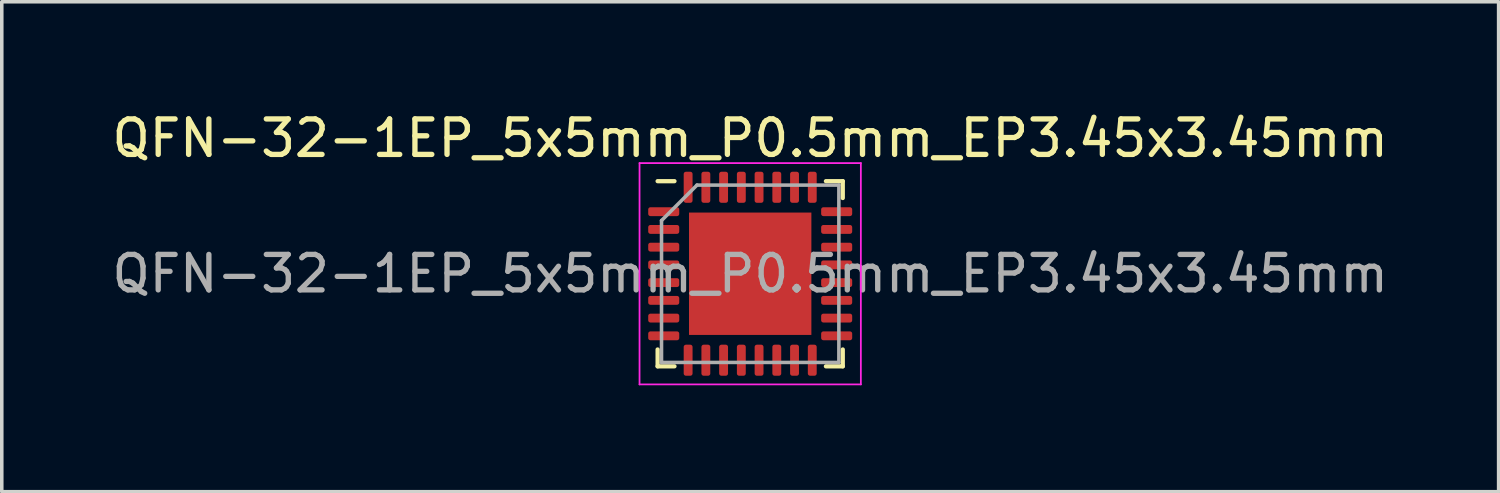
<source format=kicad_pcb>
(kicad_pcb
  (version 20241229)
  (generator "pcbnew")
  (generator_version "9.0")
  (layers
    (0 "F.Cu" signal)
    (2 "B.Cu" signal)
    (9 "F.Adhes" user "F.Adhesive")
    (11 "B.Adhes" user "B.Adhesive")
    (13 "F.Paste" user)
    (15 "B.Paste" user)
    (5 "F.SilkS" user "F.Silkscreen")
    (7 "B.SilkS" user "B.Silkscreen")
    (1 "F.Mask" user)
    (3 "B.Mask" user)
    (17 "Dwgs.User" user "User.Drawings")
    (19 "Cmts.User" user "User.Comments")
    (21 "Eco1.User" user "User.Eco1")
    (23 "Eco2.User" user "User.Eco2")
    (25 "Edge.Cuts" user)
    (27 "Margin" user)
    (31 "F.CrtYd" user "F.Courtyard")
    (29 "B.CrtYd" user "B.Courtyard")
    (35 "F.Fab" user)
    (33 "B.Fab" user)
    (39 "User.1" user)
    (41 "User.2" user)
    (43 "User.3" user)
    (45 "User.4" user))
  (footprint "QFN-32-1EP_5x5mm_P0.5mm_EP3.45x3.45mm"
    (layer "F.Cu")
    (at 18.101 4.668)
    (property "Reference" "QFN-32-1EP_5x5mm_P0.5mm_EP3.45x3.45mm" (at 0 -3.82 0) (layer "F.SilkS") (effects (font (size 1 1) (thickness 0.15))))
    (attr smd)
    (fp_line (start -2.61 2.61) (end -2.61 2.135) (stroke (width 0.12) (type solid)) (layer "F.SilkS"))
    (fp_line (start -2.135 -2.61) (end -2.61 -2.61) (stroke (width 0.12) (type solid)) (layer "F.SilkS"))
    (fp_line (start -2.135 2.61) (end -2.61 2.61) (stroke (width 0.12) (type solid)) (layer "F.SilkS"))
    (fp_line (start 2.135 -2.61) (end 2.61 -2.61) (stroke (width 0.12) (type solid)) (layer "F.SilkS"))
    (fp_line (start 2.135 2.61) (end 2.61 2.61) (stroke (width 0.12) (type solid)) (layer "F.SilkS"))
    (fp_line (start 2.61 -2.61) (end 2.61 -2.135) (stroke (width 0.12) (type solid)) (layer "F.SilkS"))
    (fp_line (start 2.61 2.61) (end 2.61 2.135) (stroke (width 0.12) (type solid)) (layer "F.SilkS"))
    (fp_line (start -3.12 -3.12) (end -3.12 3.12) (stroke (width 0.05) (type solid)) (layer "F.CrtYd"))
    (fp_line (start -3.12 3.12) (end 3.12 3.12) (stroke (width 0.05) (type solid)) (layer "F.CrtYd"))
    (fp_line (start 3.12 -3.12) (end -3.12 -3.12) (stroke (width 0.05) (type solid)) (layer "F.CrtYd"))
    (fp_line (start 3.12 3.12) (end 3.12 -3.12) (stroke (width 0.05) (type solid)) (layer "F.CrtYd"))
    (fp_line (start -2.5 -1.5) (end -1.5 -2.5) (stroke (width 0.1) (type solid)) (layer "F.Fab"))
    (fp_line (start -2.5 2.5) (end -2.5 -1.5) (stroke (width 0.1) (type solid)) (layer "F.Fab"))
    (fp_line (start -1.5 -2.5) (end 2.5 -2.5) (stroke (width 0.1) (type solid)) (layer "F.Fab"))
    (fp_line (start 2.5 -2.5) (end 2.5 2.5) (stroke (width 0.1) (type solid)) (layer "F.Fab"))
    (fp_line (start 2.5 2.5) (end -2.5 2.5) (stroke (width 0.1) (type solid)) (layer "F.Fab"))
    (fp_text user "${REFERENCE}" (at 0 0 0) (layer "F.Fab") (effects (font (size 1 1) (thickness 0.15))))
    (pad "" smd roundrect (at -1.15 -1.15) (size 0.93 0.93) (layers "F.Paste") (roundrect_rratio 0.25))
    (pad "" smd roundrect (at -1.15 0) (size 0.93 0.93) (layers "F.Paste") (roundrect_rratio 0.25))
    (pad "" smd roundrect (at -1.15 1.15) (size 0.93 0.93) (layers "F.Paste") (roundrect_rratio 0.25))
    (pad "" smd roundrect (at 0 -1.15) (size 0.93 0.93) (layers "F.Paste") (roundrect_rratio 0.25))
    (pad "" smd roundrect (at 0 0) (size 0.93 0.93) (layers "F.Paste") (roundrect_rratio 0.25))
    (pad "" smd roundrect (at 0 1.15) (size 0.93 0.93) (layers "F.Paste") (roundrect_rratio 0.25))
    (pad "" smd roundrect (at 1.15 -1.15) (size 0.93 0.93) (layers "F.Paste") (roundrect_rratio 0.25))
    (pad "" smd roundrect (at 1.15 0) (size 0.93 0.93) (layers "F.Paste") (roundrect_rratio 0.25))
    (pad "" smd roundrect (at 1.15 1.15) (size 0.93 0.93) (layers "F.Paste") (roundrect_rratio 0.25))
    (pad "1" smd roundrect (at -2.438 -1.75) (size 0.875 0.25) (layers "F.Cu" "F.Mask" "F.Paste") (roundrect_rratio 0.25))
    (pad "2" smd roundrect (at -2.438 -1.25) (size 0.875 0.25) (layers "F.Cu" "F.Mask" "F.Paste") (roundrect_rratio 0.25))
    (pad "3" smd roundrect (at -2.438 -0.75) (size 0.875 0.25) (layers "F.Cu" "F.Mask" "F.Paste") (roundrect_rratio 0.25))
    (pad "4" smd roundrect (at -2.438 -0.25) (size 0.875 0.25) (layers "F.Cu" "F.Mask" "F.Paste") (roundrect_rratio 0.25))
    (pad "5" smd roundrect (at -2.438 0.25) (size 0.875 0.25) (layers "F.Cu" "F.Mask" "F.Paste") (roundrect_rratio 0.25))
    (pad "6" smd roundrect (at -2.438 0.75) (size 0.875 0.25) (layers "F.Cu" "F.Mask" "F.Paste") (roundrect_rratio 0.25))
    (pad "7" smd roundrect (at -2.438 1.25) (size 0.875 0.25) (layers "F.Cu" "F.Mask" "F.Paste") (roundrect_rratio 0.25))
    (pad "8" smd roundrect (at -2.438 1.75) (size 0.875 0.25) (layers "F.Cu" "F.Mask" "F.Paste") (roundrect_rratio 0.25))
    (pad "9" smd roundrect (at -1.75 2.438) (size 0.25 0.875) (layers "F.Cu" "F.Mask" "F.Paste") (roundrect_rratio 0.25))
    (pad "10" smd roundrect (at -1.25 2.438) (size 0.25 0.875) (layers "F.Cu" "F.Mask" "F.Paste") (roundrect_rratio 0.25))
    (pad "11" smd roundrect (at -0.75 2.438) (size 0.25 0.875) (layers "F.Cu" "F.Mask" "F.Paste") (roundrect_rratio 0.25))
    (pad "12" smd roundrect (at -0.25 2.438) (size 0.25 0.875) (layers "F.Cu" "F.Mask" "F.Paste") (roundrect_rratio 0.25))
    (pad "13" smd roundrect (at 0.25 2.438) (size 0.25 0.875) (layers "F.Cu" "F.Mask" "F.Paste") (roundrect_rratio 0.25))
    (pad "14" smd roundrect (at 0.75 2.438) (size 0.25 0.875) (layers "F.Cu" "F.Mask" "F.Paste") (roundrect_rratio 0.25))
    (pad "15" smd roundrect (at 1.25 2.438) (size 0.25 0.875) (layers "F.Cu" "F.Mask" "F.Paste") (roundrect_rratio 0.25))
    (pad "16" smd roundrect (at 1.75 2.438) (size 0.25 0.875) (layers "F.Cu" "F.Mask" "F.Paste") (roundrect_rratio 0.25))
    (pad "17" smd roundrect (at 2.438 1.75) (size 0.875 0.25) (layers "F.Cu" "F.Mask" "F.Paste") (roundrect_rratio 0.25))
    (pad "18" smd roundrect (at 2.438 1.25) (size 0.875 0.25) (layers "F.Cu" "F.Mask" "F.Paste") (roundrect_rratio 0.25))
    (pad "19" smd roundrect (at 2.438 0.75) (size 0.875 0.25) (layers "F.Cu" "F.Mask" "F.Paste") (roundrect_rratio 0.25))
    (pad "20" smd roundrect (at 2.438 0.25) (size 0.875 0.25) (layers "F.Cu" "F.Mask" "F.Paste") (roundrect_rratio 0.25))
    (pad "21" smd roundrect (at 2.438 -0.25) (size 0.875 0.25) (layers "F.Cu" "F.Mask" "F.Paste") (roundrect_rratio 0.25))
    (pad "22" smd roundrect (at 2.438 -0.75) (size 0.875 0.25) (layers "F.Cu" "F.Mask" "F.Paste") (roundrect_rratio 0.25))
    (pad "23" smd roundrect (at 2.438 -1.25) (size 0.875 0.25) (layers "F.Cu" "F.Mask" "F.Paste") (roundrect_rratio 0.25))
    (pad "24" smd roundrect (at 2.438 -1.75) (size 0.875 0.25) (layers "F.Cu" "F.Mask" "F.Paste") (roundrect_rratio 0.25))
    (pad "25" smd roundrect (at 1.75 -2.438) (size 0.25 0.875) (layers "F.Cu" "F.Mask" "F.Paste") (roundrect_rratio 0.25))
    (pad "26" smd roundrect (at 1.25 -2.438) (size 0.25 0.875) (layers "F.Cu" "F.Mask" "F.Paste") (roundrect_rratio 0.25))
    (pad "27" smd roundrect (at 0.75 -2.438) (size 0.25 0.875) (layers "F.Cu" "F.Mask" "F.Paste") (roundrect_rratio 0.25))
    (pad "28" smd roundrect (at 0.25 -2.438) (size 0.25 0.875) (layers "F.Cu" "F.Mask" "F.Paste") (roundrect_rratio 0.25))
    (pad "29" smd roundrect (at -0.25 -2.438) (size 0.25 0.875) (layers "F.Cu" "F.Mask" "F.Paste") (roundrect_rratio 0.25))
    (pad "30" smd roundrect (at -0.75 -2.438) (size 0.25 0.875) (layers "F.Cu" "F.Mask" "F.Paste") (roundrect_rratio 0.25))
    (pad "31" smd roundrect (at -1.25 -2.438) (size 0.25 0.875) (layers "F.Cu" "F.Mask" "F.Paste") (roundrect_rratio 0.25))
    (pad "32" smd roundrect (at -1.75 -2.438) (size 0.25 0.875) (layers "F.Cu" "F.Mask" "F.Paste") (roundrect_rratio 0.25))
    (pad "33" smd rect (at 0 0) (size 3.45 3.45) (layers "F.Cu" "F.Mask")))
  (gr_rect
    (start -3 -3)
    (end 39.202 10.813)
    (stroke (width 0.1) (type default))
    (fill no)
    (layer "Edge.Cuts")))
</source>
